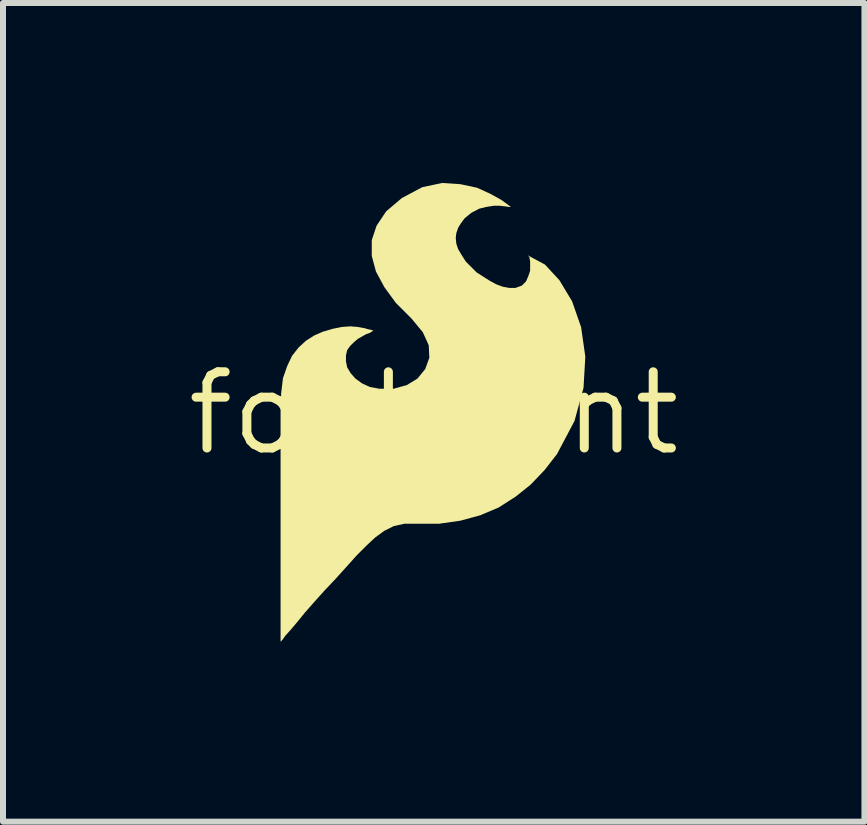
<source format=kicad_pcb>
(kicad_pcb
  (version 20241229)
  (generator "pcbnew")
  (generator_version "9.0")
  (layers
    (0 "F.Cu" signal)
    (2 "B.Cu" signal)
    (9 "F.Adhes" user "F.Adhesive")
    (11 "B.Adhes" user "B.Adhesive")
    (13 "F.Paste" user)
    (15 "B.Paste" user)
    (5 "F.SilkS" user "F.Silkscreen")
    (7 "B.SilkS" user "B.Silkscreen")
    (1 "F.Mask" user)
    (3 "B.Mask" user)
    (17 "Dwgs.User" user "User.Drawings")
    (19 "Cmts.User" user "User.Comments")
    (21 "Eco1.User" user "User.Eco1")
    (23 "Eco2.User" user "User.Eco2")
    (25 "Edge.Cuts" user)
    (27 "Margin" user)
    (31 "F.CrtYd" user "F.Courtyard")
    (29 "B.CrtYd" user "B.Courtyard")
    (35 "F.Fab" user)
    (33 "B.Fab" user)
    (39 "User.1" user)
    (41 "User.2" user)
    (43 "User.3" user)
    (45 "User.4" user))
  (footprint "footprint"
    (layer "F.Cu")
    (at 4.18 3.838)
    (property "Reference" "footprint" (at 0 0 0) (layer "F.SilkS") (effects (font (size 1.27 1.27) (thickness 0.15))))
    (fp_poly (pts (xy 0.443 -3.818) (xy 0.724 -3.758) (xy 0.944 -3.657) (xy 1.125 -3.557) (xy 1.235 -3.477) (xy 1.287 -3.438) (xy 1.252 -3.438) (xy 1.191 -3.448) (xy 1.102 -3.458) (xy 1.002 -3.458) (xy 0.873 -3.438) (xy 0.754 -3.408) (xy 0.625 -3.339) (xy 0.516 -3.25) (xy 0.456 -3.17) (xy 0.407 -3.091) (xy 0.377 -3.002) (xy 0.367 -2.923) (xy 0.377 -2.824) (xy 0.407 -2.735) (xy 0.466 -2.636) (xy 0.536 -2.526) (xy 0.715 -2.347) (xy 0.935 -2.207) (xy 1.044 -2.148) (xy 1.153 -2.108) (xy 1.262 -2.088) (xy 1.361 -2.088) (xy 1.469 -2.127) (xy 1.538 -2.196) (xy 1.577 -2.285) (xy 1.607 -2.374) (xy 1.607 -2.533) (xy 1.597 -2.583) (xy 1.597 -2.601) (xy 1.564 -2.634) (xy 1.855 -2.477) (xy 2.096 -2.216) (xy 2.307 -1.865) (xy 2.457 -1.434) (xy 2.527 -0.943) (xy 2.497 -0.422) (xy 2.347 0.129) (xy 2.056 0.68) (xy 1.846 0.95) (xy 1.615 1.191) (xy 1.365 1.391) (xy 1.084 1.571) (xy 0.774 1.702) (xy 0.443 1.792) (xy 0.092 1.842) (xy -0.487 1.842) (xy -0.666 1.882) (xy -0.825 1.961) (xy -0.975 2.071) (xy -1.125 2.211) (xy -1.284 2.37) (xy -1.454 2.56) (xy -1.644 2.77) (xy -1.824 2.96) (xy -1.994 3.15) (xy -2.144 3.32) (xy -2.274 3.48) (xy -2.384 3.61) (xy -2.474 3.71) (xy -2.524 3.78) (xy -2.553 3.809) (xy -2.553 -0.043) (xy -2.543 -0.333) (xy -2.513 -0.584) (xy -2.443 -0.785) (xy -2.362 -0.956) (xy -2.252 -1.096) (xy -2.131 -1.207) (xy -1.99 -1.297) (xy -1.85 -1.358) (xy -1.679 -1.408) (xy -1.529 -1.438) (xy -1.388 -1.448) (xy -1.267 -1.438) (xy -1.157 -1.418) (xy -1.087 -1.398) (xy -1.036 -1.388) (xy -1.007 -1.373) (xy -1.035 -1.359) (xy -1.066 -1.338) (xy -1.126 -1.318) (xy -1.265 -1.239) (xy -1.335 -1.179) (xy -1.394 -1.12) (xy -1.443 -1.051) (xy -1.463 -0.962) (xy -1.463 -0.863) (xy -1.443 -0.765) (xy -1.384 -0.666) (xy -1.305 -0.577) (xy -1.195 -0.497) (xy -1.066 -0.438) (xy -0.908 -0.408) (xy -0.669 -0.408) (xy -0.45 -0.468) (xy -0.271 -0.577) (xy -0.142 -0.736) (xy -0.073 -0.924) (xy -0.083 -1.132) (xy -0.182 -1.35) (xy -0.372 -1.58) (xy -0.632 -1.84) (xy -0.822 -2.1) (xy -0.963 -2.361) (xy -1.033 -2.622) (xy -1.033 -2.884) (xy -0.953 -3.125) (xy -0.792 -3.366) (xy -0.531 -3.587) (xy -0.19 -3.768) (xy 0.142 -3.838)) (stroke (width 0) (type solid)) (fill yes) (layer "F.SilkS")))
  (gr_rect
    (start -3 -3)
    (end 11.36 10.647)
    (stroke (width 0.1) (type default))
    (fill no)
    (layer "Edge.Cuts")))
</source>
